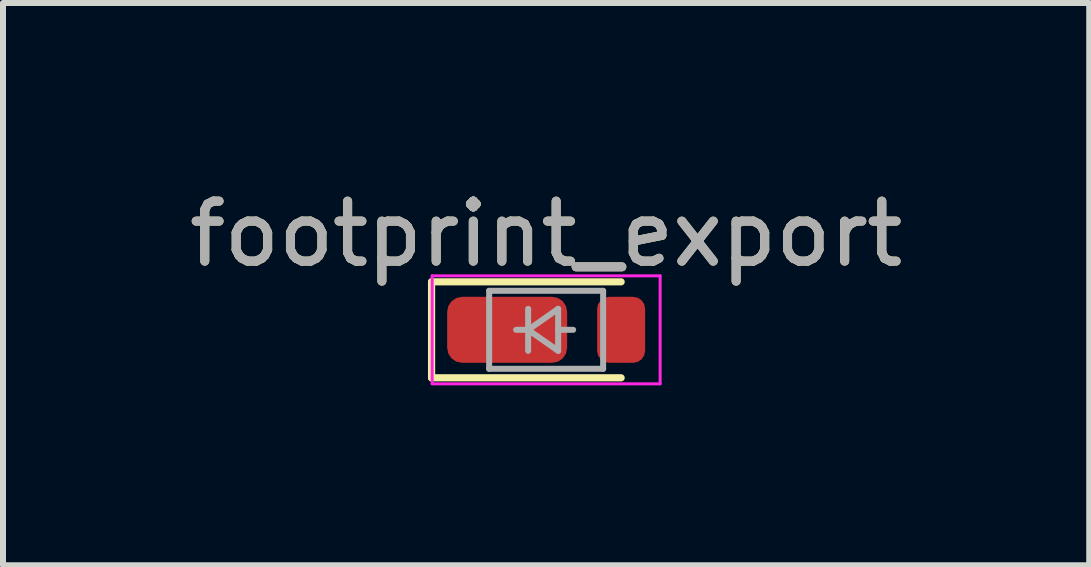
<source format=kicad_pcb>
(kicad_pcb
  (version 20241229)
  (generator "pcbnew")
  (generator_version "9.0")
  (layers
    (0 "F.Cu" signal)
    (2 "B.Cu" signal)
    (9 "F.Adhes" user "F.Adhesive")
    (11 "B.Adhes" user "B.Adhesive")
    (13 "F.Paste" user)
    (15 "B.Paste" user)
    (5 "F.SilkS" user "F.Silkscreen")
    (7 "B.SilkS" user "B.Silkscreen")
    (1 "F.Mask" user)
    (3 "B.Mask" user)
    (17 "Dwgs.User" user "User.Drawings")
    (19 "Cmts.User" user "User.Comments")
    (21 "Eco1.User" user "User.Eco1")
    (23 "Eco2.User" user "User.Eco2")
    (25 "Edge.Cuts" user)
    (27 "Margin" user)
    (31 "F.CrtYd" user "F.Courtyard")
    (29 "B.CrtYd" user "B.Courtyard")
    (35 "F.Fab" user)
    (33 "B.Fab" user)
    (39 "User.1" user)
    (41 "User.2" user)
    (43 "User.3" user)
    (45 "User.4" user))
  (footprint "footprint_export"
    (layer "F.Cu")
    (at 6.054 2.448)
    (property "Reference" "footprint_export" (at 0 -1.6 0) (layer "F.SilkS") (effects (font (size 1 1) (thickness 0.15))))
    (attr smd)
    (fp_line (start -1.91 -0.8) (end 1.25 -0.8) (stroke (width 0.12) (type solid)) (layer "F.SilkS"))
    (fp_line (start -1.91 0.8) (end -1.91 -0.8) (stroke (width 0.12) (type solid)) (layer "F.SilkS"))
    (fp_line (start 1.25 0.8) (end -1.91 0.8) (stroke (width 0.12) (type solid)) (layer "F.SilkS"))
    (fp_line (start -1.9 -0.9) (end 1.9 -0.9) (stroke (width 0.05) (type solid)) (layer "F.CrtYd"))
    (fp_line (start -1.9 0.9) (end -1.9 -0.9) (stroke (width 0.05) (type solid)) (layer "F.CrtYd"))
    (fp_line (start 1.9 -0.9) (end 1.9 0.9) (stroke (width 0.05) (type solid)) (layer "F.CrtYd"))
    (fp_line (start 1.9 0.9) (end -1.9 0.9) (stroke (width 0.05) (type solid)) (layer "F.CrtYd"))
    (fp_line (start -0.95 -0.65) (end 0.95 -0.65) (stroke (width 0.1) (type solid)) (layer "F.Fab"))
    (fp_line (start -0.95 0.65) (end -0.95 -0.65) (stroke (width 0.1) (type solid)) (layer "F.Fab"))
    (fp_line (start -0.3 -0.35) (end -0.3 0.35) (stroke (width 0.1) (type solid)) (layer "F.Fab"))
    (fp_line (start -0.3 0) (end -0.5 0) (stroke (width 0.1) (type solid)) (layer "F.Fab"))
    (fp_line (start -0.3 0) (end 0.2 -0.35) (stroke (width 0.1) (type solid)) (layer "F.Fab"))
    (fp_line (start 0.2 -0.35) (end 0.2 0.35) (stroke (width 0.1) (type solid)) (layer "F.Fab"))
    (fp_line (start 0.2 0) (end 0.45 0) (stroke (width 0.1) (type solid)) (layer "F.Fab"))
    (fp_line (start 0.2 0.35) (end -0.3 0) (stroke (width 0.1) (type solid)) (layer "F.Fab"))
    (fp_line (start 0.95 -0.65) (end 0.95 0.65) (stroke (width 0.1) (type solid)) (layer "F.Fab"))
    (fp_line (start 0.95 0.65) (end -0.95 0.65) (stroke (width 0.1) (type solid)) (layer "F.Fab"))
    (fp_text user "${REFERENCE}" (at 0 -1.6 0) (layer "F.Fab") (effects (font (size 1 1) (thickness 0.15))))
    (pad "1" smd roundrect (at -0.65 0 180) (size 2 1.1) (layers "F.Cu" "F.Mask" "F.Paste") (roundrect_rratio 0.227))
    (pad "2" smd roundrect (at 1.25 0 180) (size 0.8 1.1) (layers "F.Cu" "F.Mask" "F.Paste") (roundrect_rratio 0.25)))
  (gr_rect
    (start -3 -3)
    (end 15.107 6.373)
    (stroke (width 0.1) (type default))
    (fill no)
    (layer "Edge.Cuts")))
</source>
